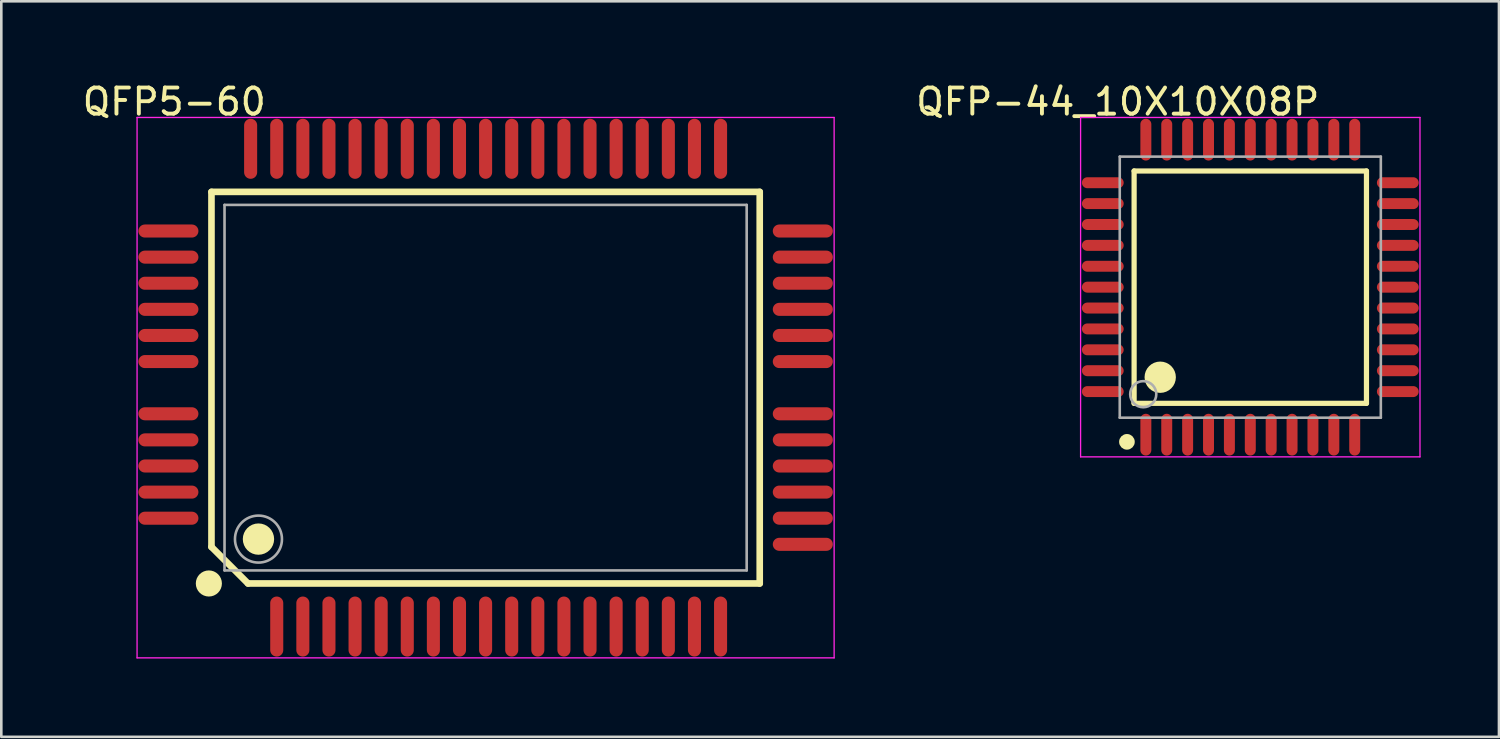
<source format=kicad_pcb>
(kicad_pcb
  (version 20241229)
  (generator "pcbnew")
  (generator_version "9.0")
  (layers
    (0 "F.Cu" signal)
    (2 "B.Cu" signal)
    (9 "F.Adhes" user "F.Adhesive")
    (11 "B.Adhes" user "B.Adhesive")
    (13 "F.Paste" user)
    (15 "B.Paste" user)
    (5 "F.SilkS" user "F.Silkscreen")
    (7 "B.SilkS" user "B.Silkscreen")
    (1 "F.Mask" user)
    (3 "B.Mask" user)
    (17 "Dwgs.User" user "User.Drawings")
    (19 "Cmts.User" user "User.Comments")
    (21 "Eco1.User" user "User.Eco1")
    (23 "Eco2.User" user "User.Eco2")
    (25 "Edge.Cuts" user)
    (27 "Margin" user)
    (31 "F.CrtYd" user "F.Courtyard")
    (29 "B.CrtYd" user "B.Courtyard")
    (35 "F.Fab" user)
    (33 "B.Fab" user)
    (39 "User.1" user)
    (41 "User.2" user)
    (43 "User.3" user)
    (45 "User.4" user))
  (footprint "QFP-44_10X10X08P"
    (layer "F.Cu")
    (at 44.84 7.949)
    (property "Reference" "QFP-44_10X10X08P" (at -5.075 -7.101 0) (layer "F.SilkS") (effects (font (size 1 1) (thickness 0.15))))
    (attr through_hole)
    (fp_line (start -4.45 -4.45) (end 4.45 -4.45) (stroke (width 0.2) (type solid)) (layer "F.SilkS"))
    (fp_line (start -4.45 4.45) (end -4.45 -4.45) (stroke (width 0.2) (type solid)) (layer "F.SilkS"))
    (fp_line (start -4.45 4.45) (end 4.45 4.45) (stroke (width 0.2) (type solid)) (layer "F.SilkS"))
    (fp_line (start 4.45 4.45) (end 4.45 -4.45) (stroke (width 0.2) (type solid)) (layer "F.SilkS"))
    (fp_circle (center -4.725 5.925) (end -4.575 5.925) (stroke (width 0.3) (type solid)) (fill no) (layer "F.SilkS"))
    (fp_circle (center -3.45 3.45) (end -3.15 3.45) (stroke (width 0.6) (type solid)) (fill no) (layer "F.SilkS"))
    (fp_line (start -6.5 -6.5) (end 6.5 -6.5) (stroke (width 0.05) (type solid)) (layer "F.CrtYd"))
    (fp_line (start -6.5 6.5) (end -6.5 -6.5) (stroke (width 0.05) (type solid)) (layer "F.CrtYd"))
    (fp_line (start 6.5 -6.5) (end 6.5 6.5) (stroke (width 0.05) (type solid)) (layer "F.CrtYd"))
    (fp_line (start 6.5 6.5) (end -6.5 6.5) (stroke (width 0.05) (type solid)) (layer "F.CrtYd"))
    (fp_line (start -5 -5) (end 5 -5) (stroke (width 0.1) (type solid)) (layer "F.Fab"))
    (fp_line (start -5 5) (end -5 -5) (stroke (width 0.1) (type solid)) (layer "F.Fab"))
    (fp_line (start -5 5) (end 5 5) (stroke (width 0.1) (type solid)) (layer "F.Fab"))
    (fp_line (start 5 5) (end 5 -5) (stroke (width 0.1) (type solid)) (layer "F.Fab"))
    (fp_circle (center -4.1 4.1) (end -3.6 4.1) (stroke (width 0.1) (type solid)) (fill no) (layer "F.Fab"))
    (pad "1" smd oval (at -4 5.65 180) (size 0.42 1.6) (layers "F.Cu" "F.Mask" "F.Paste"))
    (pad "2" smd oval (at -3.2 5.65 180) (size 0.42 1.6) (layers "F.Cu" "F.Mask" "F.Paste"))
    (pad "3" smd oval (at -2.4 5.65 180) (size 0.42 1.6) (layers "F.Cu" "F.Mask" "F.Paste"))
    (pad "4" smd oval (at -1.6 5.65 180) (size 0.42 1.6) (layers "F.Cu" "F.Mask" "F.Paste"))
    (pad "5" smd oval (at -0.8 5.65 180) (size 0.42 1.6) (layers "F.Cu" "F.Mask" "F.Paste"))
    (pad "6" smd oval (at 0 5.65 180) (size 0.42 1.6) (layers "F.Cu" "F.Mask" "F.Paste"))
    (pad "7" smd oval (at 0.8 5.65 180) (size 0.42 1.6) (layers "F.Cu" "F.Mask" "F.Paste"))
    (pad "8" smd oval (at 1.6 5.65 180) (size 0.42 1.6) (layers "F.Cu" "F.Mask" "F.Paste"))
    (pad "9" smd oval (at 2.4 5.65 180) (size 0.42 1.6) (layers "F.Cu" "F.Mask" "F.Paste"))
    (pad "10" smd oval (at 3.2 5.65 180) (size 0.42 1.6) (layers "F.Cu" "F.Mask" "F.Paste"))
    (pad "11" smd oval (at 4 5.65 180) (size 0.42 1.6) (layers "F.Cu" "F.Mask" "F.Paste"))
    (pad "12" smd oval (at 5.65 4 90) (size 0.42 1.6) (layers "F.Cu" "F.Mask" "F.Paste"))
    (pad "13" smd oval (at 5.65 3.2 90) (size 0.42 1.6) (layers "F.Cu" "F.Mask" "F.Paste"))
    (pad "14" smd oval (at 5.65 2.4 90) (size 0.42 1.6) (layers "F.Cu" "F.Mask" "F.Paste"))
    (pad "15" smd oval (at 5.65 1.6 90) (size 0.42 1.6) (layers "F.Cu" "F.Mask" "F.Paste"))
    (pad "16" smd oval (at 5.65 0.8 90) (size 0.42 1.6) (layers "F.Cu" "F.Mask" "F.Paste"))
    (pad "17" smd oval (at 5.65 0 90) (size 0.42 1.6) (layers "F.Cu" "F.Mask" "F.Paste"))
    (pad "18" smd oval (at 5.65 -0.8 90) (size 0.42 1.6) (layers "F.Cu" "F.Mask" "F.Paste"))
    (pad "19" smd oval (at 5.65 -1.6 90) (size 0.42 1.6) (layers "F.Cu" "F.Mask" "F.Paste"))
    (pad "20" smd oval (at 5.65 -2.4 90) (size 0.42 1.6) (layers "F.Cu" "F.Mask" "F.Paste"))
    (pad "21" smd oval (at 5.65 -3.2 90) (size 0.42 1.6) (layers "F.Cu" "F.Mask" "F.Paste"))
    (pad "22" smd oval (at 5.65 -4 90) (size 0.42 1.6) (layers "F.Cu" "F.Mask" "F.Paste"))
    (pad "23" smd oval (at 4 -5.65 180) (size 0.42 1.6) (layers "F.Cu" "F.Mask" "F.Paste"))
    (pad "24" smd oval (at 3.2 -5.65 180) (size 0.42 1.6) (layers "F.Cu" "F.Mask" "F.Paste"))
    (pad "25" smd oval (at 2.4 -5.65 180) (size 0.42 1.6) (layers "F.Cu" "F.Mask" "F.Paste"))
    (pad "26" smd oval (at 1.6 -5.65 180) (size 0.42 1.6) (layers "F.Cu" "F.Mask" "F.Paste"))
    (pad "27" smd oval (at 0.8 -5.65 180) (size 0.42 1.6) (layers "F.Cu" "F.Mask" "F.Paste"))
    (pad "28" smd oval (at 0 -5.65 180) (size 0.42 1.6) (layers "F.Cu" "F.Mask" "F.Paste"))
    (pad "29" smd oval (at -0.8 -5.65 180) (size 0.42 1.6) (layers "F.Cu" "F.Mask" "F.Paste"))
    (pad "30" smd oval (at -1.6 -5.65 180) (size 0.42 1.6) (layers "F.Cu" "F.Mask" "F.Paste"))
    (pad "31" smd oval (at -2.4 -5.65 180) (size 0.42 1.6) (layers "F.Cu" "F.Mask" "F.Paste"))
    (pad "32" smd oval (at -3.2 -5.65 180) (size 0.42 1.6) (layers "F.Cu" "F.Mask" "F.Paste"))
    (pad "33" smd oval (at -4 -5.65 180) (size 0.42 1.6) (layers "F.Cu" "F.Mask" "F.Paste"))
    (pad "34" smd oval (at -5.65 -4 90) (size 0.42 1.6) (layers "F.Cu" "F.Mask" "F.Paste"))
    (pad "35" smd oval (at -5.65 -3.2 90) (size 0.42 1.6) (layers "F.Cu" "F.Mask" "F.Paste"))
    (pad "36" smd oval (at -5.65 -2.4 90) (size 0.42 1.6) (layers "F.Cu" "F.Mask" "F.Paste"))
    (pad "37" smd oval (at -5.65 -1.6 90) (size 0.42 1.6) (layers "F.Cu" "F.Mask" "F.Paste"))
    (pad "38" smd oval (at -5.65 -0.8 90) (size 0.42 1.6) (layers "F.Cu" "F.Mask" "F.Paste"))
    (pad "39" smd oval (at -5.65 0 90) (size 0.42 1.6) (layers "F.Cu" "F.Mask" "F.Paste"))
    (pad "40" smd oval (at -5.65 0.8 90) (size 0.42 1.6) (layers "F.Cu" "F.Mask" "F.Paste"))
    (pad "41" smd oval (at -5.65 1.6 90) (size 0.42 1.6) (layers "F.Cu" "F.Mask" "F.Paste"))
    (pad "42" smd oval (at -5.65 2.4 90) (size 0.42 1.6) (layers "F.Cu" "F.Mask" "F.Paste"))
    (pad "43" smd oval (at -5.65 3.2 90) (size 0.42 1.6) (layers "F.Cu" "F.Mask" "F.Paste"))
    (pad "44" smd oval (at -5.65 4 90) (size 0.42 1.6) (layers "F.Cu" "F.Mask" "F.Paste")))
  (footprint "QFP5-60"
    (layer "F.Cu")
    (at 15.55 11.799)
    (property "Reference" "QFP5-60" (at -11.925 -10.951 0) (layer "F.SilkS") (effects (font (size 1 1) (thickness 0.15))))
    (attr through_hole)
    (fp_line (start -10.5 -7.5) (end 10.5 -7.5) (stroke (width 0.254) (type solid)) (layer "F.SilkS"))
    (fp_line (start -10.5 6.1) (end -10.5 -7.5) (stroke (width 0.254) (type solid)) (layer "F.SilkS"))
    (fp_line (start -10.5 6.1) (end -9.1 7.5) (stroke (width 0.254) (type solid)) (layer "F.SilkS"))
    (fp_line (start -9.1 7.5) (end 10.5 7.5) (stroke (width 0.254) (type solid)) (layer "F.SilkS"))
    (fp_line (start 10.5 7.5) (end 10.5 -7.5) (stroke (width 0.254) (type solid)) (layer "F.SilkS"))
    (fp_circle (center -10.6 7.5) (end -10.35 7.5) (stroke (width 0.5) (type solid)) (fill no) (layer "F.SilkS"))
    (fp_circle (center -8.7 5.8) (end -8.4 5.8) (stroke (width 0.6) (type solid)) (fill no) (layer "F.SilkS"))
    (fp_line (start -13.35 -10.35) (end 13.35 -10.35) (stroke (width 0.05) (type solid)) (layer "F.CrtYd"))
    (fp_line (start -13.35 10.35) (end -13.35 -10.35) (stroke (width 0.05) (type solid)) (layer "F.CrtYd"))
    (fp_line (start 13.35 -10.35) (end 13.35 10.35) (stroke (width 0.05) (type solid)) (layer "F.CrtYd"))
    (fp_line (start 13.35 10.35) (end -13.35 10.35) (stroke (width 0.05) (type solid)) (layer "F.CrtYd"))
    (fp_line (start -10 -7) (end 10 -7) (stroke (width 0.1) (type solid)) (layer "F.Fab"))
    (fp_line (start -10 7) (end -10 -7) (stroke (width 0.1) (type solid)) (layer "F.Fab"))
    (fp_line (start -10 7) (end 10 7) (stroke (width 0.1) (type solid)) (layer "F.Fab"))
    (fp_line (start 10 7) (end 10 -7) (stroke (width 0.1) (type solid)) (layer "F.Fab"))
    (fp_circle (center -8.7 5.8) (end -7.8 5.8) (stroke (width 0.1) (type solid)) (fill no) (layer "F.Fab"))
    (pad "1" smd oval (at -12.15 1 90) (size 0.5 2.3) (layers "F.Cu" "F.Mask" "F.Paste"))
    (pad "2" smd oval (at -12.15 2 90) (size 0.5 2.3) (layers "F.Cu" "F.Mask" "F.Paste"))
    (pad "3" smd oval (at -12.15 3 90) (size 0.5 2.3) (layers "F.Cu" "F.Mask" "F.Paste"))
    (pad "4" smd oval (at -12.15 4 90) (size 0.5 2.3) (layers "F.Cu" "F.Mask" "F.Paste"))
    (pad "5" smd oval (at -12.15 5 90) (size 0.5 2.3) (layers "F.Cu" "F.Mask" "F.Paste"))
    (pad "6" smd oval (at -8 9.15) (size 0.5 2.3) (layers "F.Cu" "F.Mask" "F.Paste"))
    (pad "7" smd oval (at -7 9.15) (size 0.5 2.3) (layers "F.Cu" "F.Mask" "F.Paste"))
    (pad "8" smd oval (at -6 9.15) (size 0.5 2.3) (layers "F.Cu" "F.Mask" "F.Paste"))
    (pad "9" smd oval (at -5 9.15) (size 0.5 2.3) (layers "F.Cu" "F.Mask" "F.Paste"))
    (pad "10" smd oval (at -4 9.15) (size 0.5 2.3) (layers "F.Cu" "F.Mask" "F.Paste"))
    (pad "11" smd oval (at -3 9.15) (size 0.5 2.3) (layers "F.Cu" "F.Mask" "F.Paste"))
    (pad "12" smd oval (at -2 9.15) (size 0.5 2.3) (layers "F.Cu" "F.Mask" "F.Paste"))
    (pad "13" smd oval (at -1 9.15) (size 0.5 2.3) (layers "F.Cu" "F.Mask" "F.Paste"))
    (pad "14" smd oval (at 0 9.15) (size 0.5 2.3) (layers "F.Cu" "F.Mask" "F.Paste"))
    (pad "15" smd oval (at 1 9.15) (size 0.5 2.3) (layers "F.Cu" "F.Mask" "F.Paste"))
    (pad "16" smd oval (at 2 9.15) (size 0.5 2.3) (layers "F.Cu" "F.Mask" "F.Paste"))
    (pad "17" smd oval (at 3 9.15) (size 0.5 2.3) (layers "F.Cu" "F.Mask" "F.Paste"))
    (pad "18" smd oval (at 4 9.15) (size 0.5 2.3) (layers "F.Cu" "F.Mask" "F.Paste"))
    (pad "19" smd oval (at 5 9.15) (size 0.5 2.3) (layers "F.Cu" "F.Mask" "F.Paste"))
    (pad "20" smd oval (at 6 9.15) (size 0.5 2.3) (layers "F.Cu" "F.Mask" "F.Paste"))
    (pad "21" smd oval (at 7 9.15) (size 0.5 2.3) (layers "F.Cu" "F.Mask" "F.Paste"))
    (pad "22" smd oval (at 8 9.15) (size 0.5 2.3) (layers "F.Cu" "F.Mask" "F.Paste"))
    (pad "23" smd oval (at 9 9.15) (size 0.5 2.3) (layers "F.Cu" "F.Mask" "F.Paste"))
    (pad "24" smd oval (at 12.15 6 270) (size 0.5 2.3) (layers "F.Cu" "F.Mask" "F.Paste"))
    (pad "25" smd oval (at 12.15 5 270) (size 0.5 2.3) (layers "F.Cu" "F.Mask" "F.Paste"))
    (pad "26" smd oval (at 12.15 4 270) (size 0.5 2.3) (layers "F.Cu" "F.Mask" "F.Paste"))
    (pad "27" smd oval (at 12.15 3 270) (size 0.5 2.3) (layers "F.Cu" "F.Mask" "F.Paste"))
    (pad "28" smd oval (at 12.15 2 270) (size 0.5 2.3) (layers "F.Cu" "F.Mask" "F.Paste"))
    (pad "29" smd oval (at 12.15 1 270) (size 0.5 2.3) (layers "F.Cu" "F.Mask" "F.Paste"))
    (pad "30" smd oval (at 12.15 -1 270) (size 0.5 2.3) (layers "F.Cu" "F.Mask" "F.Paste"))
    (pad "31" smd oval (at 12.15 -2 270) (size 0.5 2.3) (layers "F.Cu" "F.Mask" "F.Paste"))
    (pad "32" smd oval (at 12.15 -3 270) (size 0.5 2.3) (layers "F.Cu" "F.Mask" "F.Paste"))
    (pad "33" smd oval (at 12.15 -4 270) (size 0.5 2.3) (layers "F.Cu" "F.Mask" "F.Paste"))
    (pad "34" smd oval (at 12.15 -5 270) (size 0.5 2.3) (layers "F.Cu" "F.Mask" "F.Paste"))
    (pad "35" smd oval (at 12.15 -6 270) (size 0.5 2.3) (layers "F.Cu" "F.Mask" "F.Paste"))
    (pad "36" smd oval (at 9 -9.15 180) (size 0.5 2.3) (layers "F.Cu" "F.Mask" "F.Paste"))
    (pad "37" smd oval (at 8 -9.15 180) (size 0.5 2.3) (layers "F.Cu" "F.Mask" "F.Paste"))
    (pad "38" smd oval (at 7 -9.15 180) (size 0.5 2.3) (layers "F.Cu" "F.Mask" "F.Paste"))
    (pad "39" smd oval (at 6 -9.15 180) (size 0.5 2.3) (layers "F.Cu" "F.Mask" "F.Paste"))
    (pad "40" smd oval (at 5 -9.15 180) (size 0.5 2.3) (layers "F.Cu" "F.Mask" "F.Paste"))
    (pad "41" smd oval (at 4 -9.15 180) (size 0.5 2.3) (layers "F.Cu" "F.Mask" "F.Paste"))
    (pad "42" smd oval (at 3 -9.15 180) (size 0.5 2.3) (layers "F.Cu" "F.Mask" "F.Paste"))
    (pad "43" smd oval (at 2 -9.15 180) (size 0.5 2.3) (layers "F.Cu" "F.Mask" "F.Paste"))
    (pad "44" smd oval (at 1 -9.15 180) (size 0.5 2.3) (layers "F.Cu" "F.Mask" "F.Paste"))
    (pad "45" smd oval (at 0 -9.15 180) (size 0.5 2.3) (layers "F.Cu" "F.Mask" "F.Paste"))
    (pad "46" smd oval (at -1 -9.15 180) (size 0.5 2.3) (layers "F.Cu" "F.Mask" "F.Paste"))
    (pad "47" smd oval (at -2 -9.15 180) (size 0.5 2.3) (layers "F.Cu" "F.Mask" "F.Paste"))
    (pad "48" smd oval (at -3 -9.15 180) (size 0.5 2.3) (layers "F.Cu" "F.Mask" "F.Paste"))
    (pad "49" smd oval (at -4 -9.15 180) (size 0.5 2.3) (layers "F.Cu" "F.Mask" "F.Paste"))
    (pad "50" smd oval (at -5 -9.15 180) (size 0.5 2.3) (layers "F.Cu" "F.Mask" "F.Paste"))
    (pad "51" smd oval (at -6 -9.15 180) (size 0.5 2.3) (layers "F.Cu" "F.Mask" "F.Paste"))
    (pad "52" smd oval (at -7 -9.15 180) (size 0.5 2.3) (layers "F.Cu" "F.Mask" "F.Paste"))
    (pad "53" smd oval (at -8 -9.15 180) (size 0.5 2.3) (layers "F.Cu" "F.Mask" "F.Paste"))
    (pad "54" smd oval (at -9 -9.15 180) (size 0.5 2.3) (layers "F.Cu" "F.Mask" "F.Paste"))
    (pad "55" smd oval (at -12.15 -6 90) (size 0.5 2.3) (layers "F.Cu" "F.Mask" "F.Paste"))
    (pad "56" smd oval (at -12.15 -5 90) (size 0.5 2.3) (layers "F.Cu" "F.Mask" "F.Paste"))
    (pad "57" smd oval (at -12.15 -4 90) (size 0.5 2.3) (layers "F.Cu" "F.Mask" "F.Paste"))
    (pad "58" smd oval (at -12.15 -3 90) (size 0.5 2.3) (layers "F.Cu" "F.Mask" "F.Paste"))
    (pad "59" smd oval (at -12.15 -2 90) (size 0.5 2.3) (layers "F.Cu" "F.Mask" "F.Paste"))
    (pad "60" smd oval (at -12.15 -1 90) (size 0.5 2.3) (layers "F.Cu" "F.Mask" "F.Paste")))
  (gr_rect
    (start -3 -3)
    (end 54.365 25.174)
    (stroke (width 0.1) (type default))
    (fill no)
    (layer "Edge.Cuts")))
</source>
